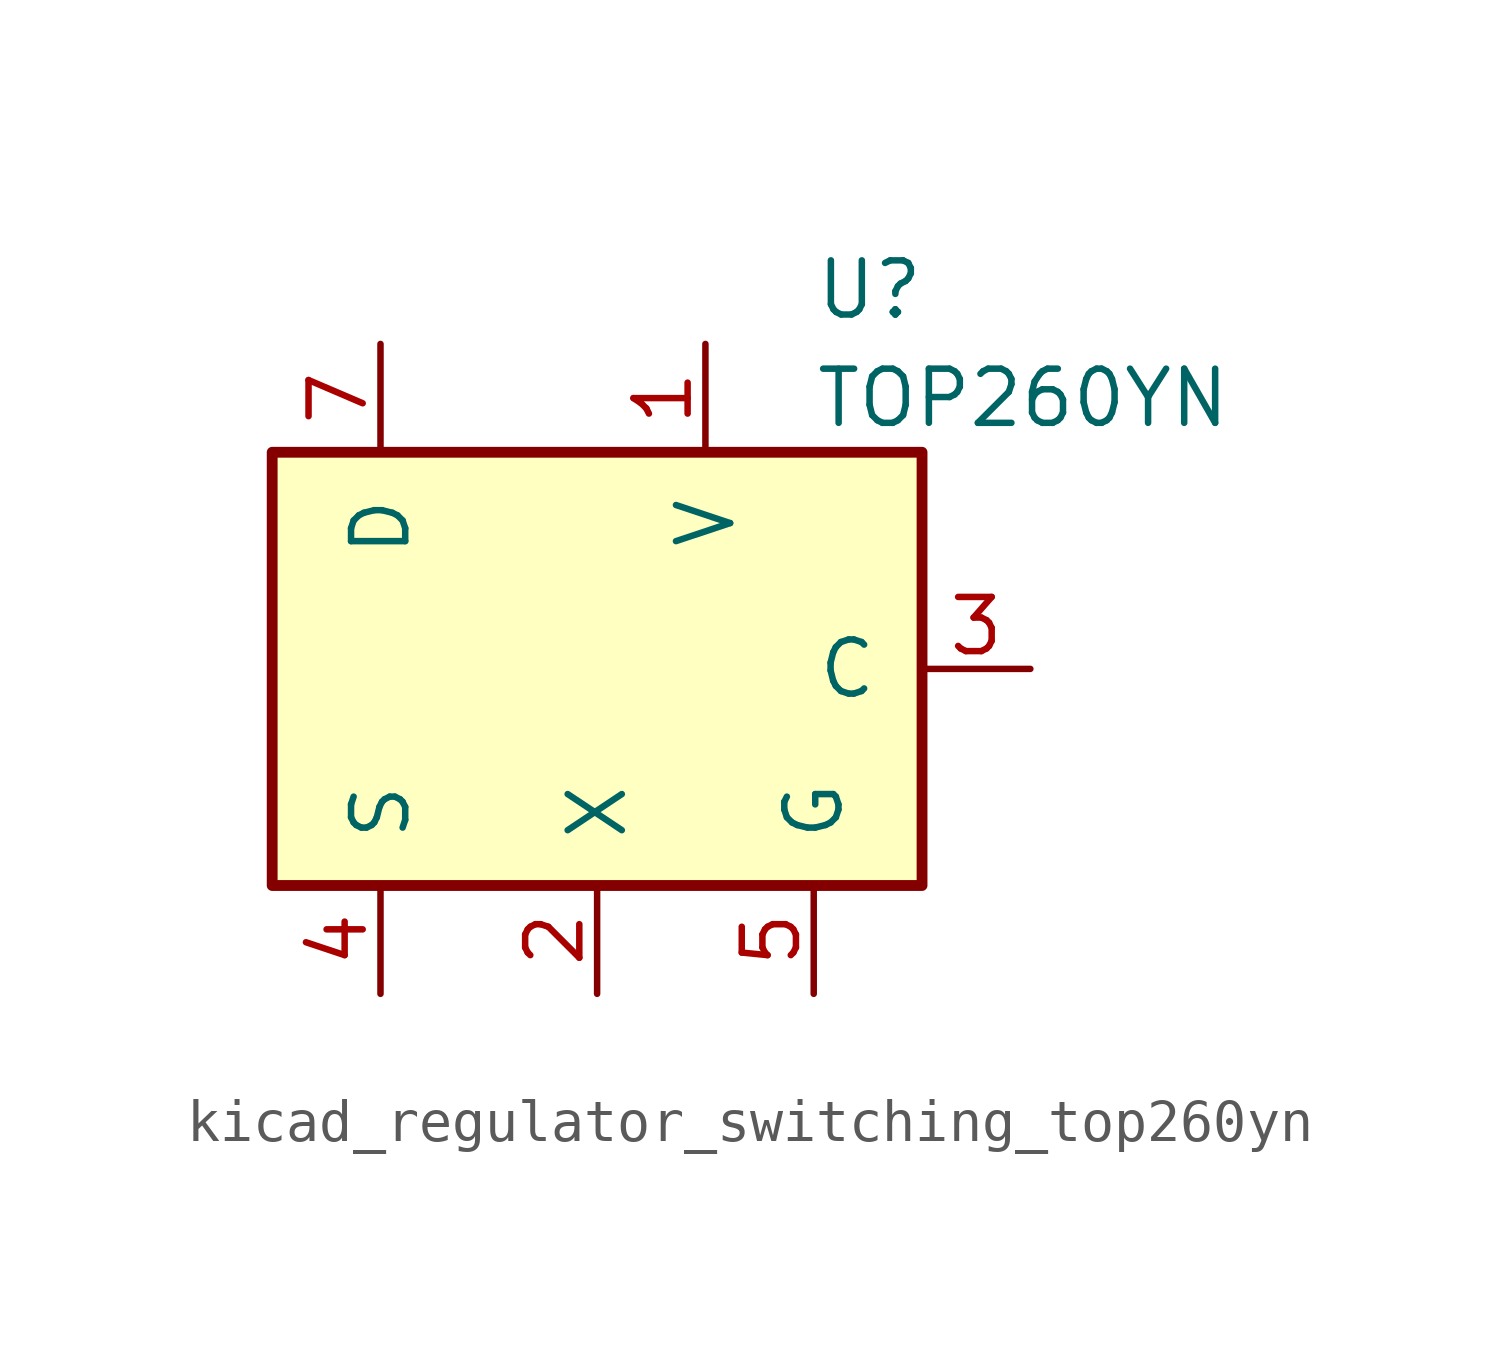
<source format=kicad_sym>
(kicad_symbol_lib
  (version 20220914)
  (generator kicad_symbol_editor)
  (symbol "kicad_regulator_switching_top260yn"
    (pin_names
      (offset 1.016))
    (property "Reference" "U"
      (at 5.08 8.89 0)
      (effects (font (size 1.27 1.27)) (justify left)))
    (property "Value" "TOP260YN"
      (at 5.08 6.35 0)
      (effects (font (size 1.27 1.27)) (justify left)))
    (symbol "kicad_regulator_switching_top260yn_0_1"
      (rectangle (start -7.62 5.08) (end 7.62 -5.08) (stroke (width 0.254) (type default)) (fill (type background))))
    (symbol "kicad_regulator_switching_top260yn_1_1"
      (pin input line (at 2.54 7.62 270) (length 2.54) (name "V" (effects (font (size 1.27 1.27)))) (number "1" (effects (font (size 1.27 1.27)))))
      (pin input line (at 0 -7.62 90) (length 2.54) (name "X" (effects (font (size 1.27 1.27)))) (number "2" (effects (font (size 1.27 1.27)))))
      (pin input line (at 10.16 0 180) (length 2.54) (name "C" (effects (font (size 1.27 1.27)))) (number "3" (effects (font (size 1.27 1.27)))))
      (pin power_in line (at -5.08 -7.62 90) (length 2.54) (name "S" (effects (font (size 1.27 1.27)))) (number "4" (effects (font (size 1.27 1.27)))))
      (pin passive line (at 5.08 -7.62 90) (length 2.54) (name "G" (effects (font (size 1.27 1.27)))) (number "5" (effects (font (size 1.27 1.27)))))
      (pin open_collector line (at -5.08 7.62 270) (length 2.54) (name "D" (effects (font (size 1.27 1.27)))) (number "7" (effects (font (size 1.27 1.27))))))))
</source>
